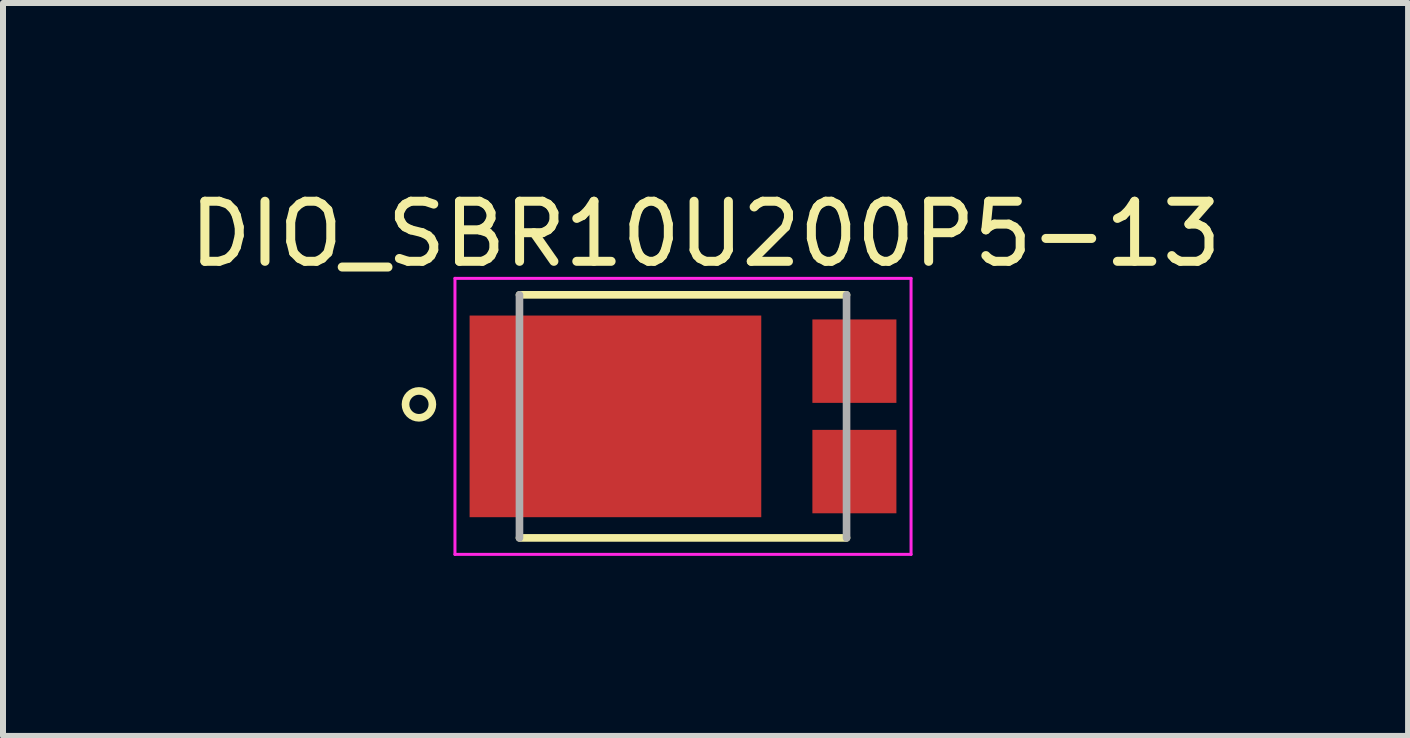
<source format=kicad_pcb>
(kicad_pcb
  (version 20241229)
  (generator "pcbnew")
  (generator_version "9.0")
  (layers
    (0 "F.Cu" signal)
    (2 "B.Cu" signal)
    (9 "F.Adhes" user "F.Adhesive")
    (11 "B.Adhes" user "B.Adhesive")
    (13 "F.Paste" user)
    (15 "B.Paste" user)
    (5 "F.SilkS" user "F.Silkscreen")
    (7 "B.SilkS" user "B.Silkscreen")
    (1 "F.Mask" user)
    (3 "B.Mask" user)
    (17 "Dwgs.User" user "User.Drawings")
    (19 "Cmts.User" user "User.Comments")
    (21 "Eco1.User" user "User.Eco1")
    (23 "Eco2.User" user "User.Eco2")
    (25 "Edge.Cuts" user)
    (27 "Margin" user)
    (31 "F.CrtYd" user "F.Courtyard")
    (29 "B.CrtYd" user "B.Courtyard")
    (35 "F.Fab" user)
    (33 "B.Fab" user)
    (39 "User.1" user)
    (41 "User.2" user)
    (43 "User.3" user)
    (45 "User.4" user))
  (footprint "DIO_SBR10U200P5-13"
    (layer "F.Cu")
    (at 8.331 3.888)
    (property "Reference" "DIO_SBR10U200P5-13" (at 0.375 -3.039 0) (layer "F.SilkS") (effects (font (size 1.001 1.001) (thickness 0.15))))
    (attr through_hole)
    (fp_line (start -2.725 2.025) (end 2.725 2.025) (stroke (width 0.127) (type solid)) (layer "F.SilkS"))
    (fp_line (start 2.725 -2.025) (end -2.725 -2.025) (stroke (width 0.127) (type solid)) (layer "F.SilkS"))
    (fp_circle (center -4.4 -0.2) (end -4.176 -0.2) (stroke (width 0.127) (type solid)) (fill no) (layer "F.SilkS"))
    (fp_line (start -3.8 -2.3) (end 3.8 -2.3) (stroke (width 0.05) (type solid)) (layer "F.CrtYd"))
    (fp_line (start -3.8 2.3) (end -3.8 -2.3) (stroke (width 0.05) (type solid)) (layer "F.CrtYd"))
    (fp_line (start 3.8 -2.3) (end 3.8 2.3) (stroke (width 0.05) (type solid)) (layer "F.CrtYd"))
    (fp_line (start 3.8 2.3) (end -3.8 2.3) (stroke (width 0.05) (type solid)) (layer "F.CrtYd"))
    (fp_line (start -2.725 -2.025) (end -2.725 2.025) (stroke (width 0.127) (type solid)) (layer "F.Fab"))
    (fp_line (start 2.725 2.025) (end 2.725 -2.025) (stroke (width 0.127) (type solid)) (layer "F.Fab"))
    (pad "1" smd rect (at -1.126 0 90) (size 3.36 4.86) (layers "F.Cu" "F.Mask" "F.Paste"))
    (pad "2" smd rect (at 2.856 0.92 90) (size 1.39 1.4) (layers "F.Cu" "F.Mask" "F.Paste"))
    (pad "3" smd rect (at 2.856 -0.92 90) (size 1.39 1.4) (layers "F.Cu" "F.Mask" "F.Paste")))
  (gr_rect
    (start -3 -3)
    (end 20.413 9.213)
    (stroke (width 0.1) (type default))
    (fill no)
    (layer "Edge.Cuts")))
</source>
